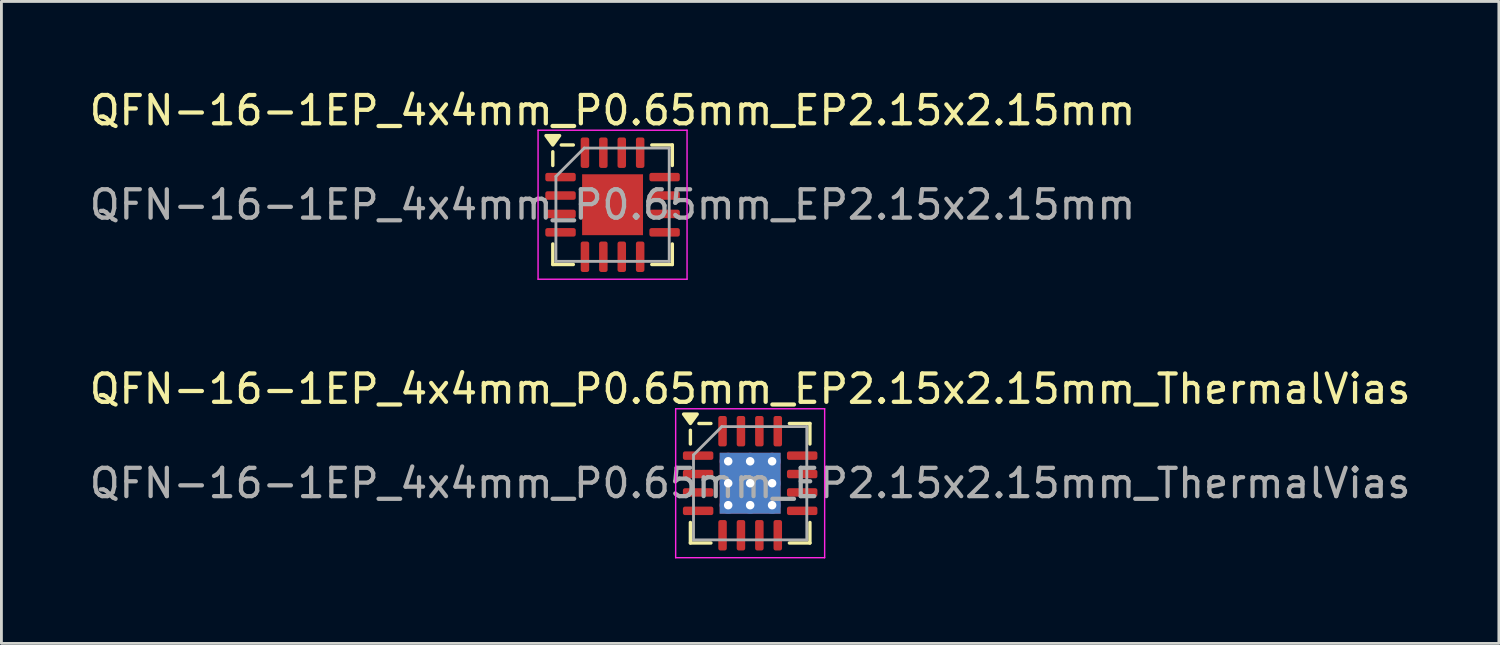
<source format=kicad_pcb>
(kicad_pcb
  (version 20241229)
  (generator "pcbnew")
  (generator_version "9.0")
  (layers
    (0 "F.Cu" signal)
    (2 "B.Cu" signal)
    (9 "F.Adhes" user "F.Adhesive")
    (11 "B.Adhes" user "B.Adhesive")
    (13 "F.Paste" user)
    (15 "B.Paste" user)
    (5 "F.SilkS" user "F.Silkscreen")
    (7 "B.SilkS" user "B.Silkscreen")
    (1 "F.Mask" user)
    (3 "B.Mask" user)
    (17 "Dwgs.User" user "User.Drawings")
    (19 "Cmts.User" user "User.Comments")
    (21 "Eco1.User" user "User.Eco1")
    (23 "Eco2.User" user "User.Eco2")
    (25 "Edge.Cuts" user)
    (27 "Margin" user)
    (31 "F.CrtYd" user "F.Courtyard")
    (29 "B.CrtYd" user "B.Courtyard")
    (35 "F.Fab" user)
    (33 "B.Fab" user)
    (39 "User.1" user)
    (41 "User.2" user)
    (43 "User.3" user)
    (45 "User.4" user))
  (footprint "QFN-16-1EP_4x4mm_P0.65mm_EP2.15x2.15mm"
    (layer "F.Cu")
    (at 18.577 4.178)
    (property "Reference" "QFN-16-1EP_4x4mm_P0.65mm_EP2.15x2.15mm" (at 0 -3.33 0) (layer "F.SilkS") (effects (font (size 1 1) (thickness 0.15))))
    (attr smd)
    (fp_line (start -2.11 -1.385) (end -2.11 -1.87) (stroke (width 0.12) (type solid)) (layer "F.SilkS"))
    (fp_line (start -2.11 2.11) (end -2.11 1.385) (stroke (width 0.12) (type solid)) (layer "F.SilkS"))
    (fp_line (start -1.385 -2.11) (end -1.81 -2.11) (stroke (width 0.12) (type solid)) (layer "F.SilkS"))
    (fp_line (start -1.385 2.11) (end -2.11 2.11) (stroke (width 0.12) (type solid)) (layer "F.SilkS"))
    (fp_line (start 1.385 -2.11) (end 2.11 -2.11) (stroke (width 0.12) (type solid)) (layer "F.SilkS"))
    (fp_line (start 1.385 2.11) (end 2.11 2.11) (stroke (width 0.12) (type solid)) (layer "F.SilkS"))
    (fp_line (start 2.11 -2.11) (end 2.11 -1.385) (stroke (width 0.12) (type solid)) (layer "F.SilkS"))
    (fp_line (start 2.11 2.11) (end 2.11 1.385) (stroke (width 0.12) (type solid)) (layer "F.SilkS"))
    (fp_poly (pts (xy -2.11 -2.11) (xy -2.35 -2.44) (xy -1.87 -2.44) (xy -2.11 -2.11)) (stroke (width 0.12) (type solid)) (fill yes) (layer "F.SilkS"))
    (fp_line (start -2.63 -2.63) (end -2.63 2.63) (stroke (width 0.05) (type solid)) (layer "F.CrtYd"))
    (fp_line (start -2.63 2.63) (end 2.63 2.63) (stroke (width 0.05) (type solid)) (layer "F.CrtYd"))
    (fp_line (start 2.63 -2.63) (end -2.63 -2.63) (stroke (width 0.05) (type solid)) (layer "F.CrtYd"))
    (fp_line (start 2.63 2.63) (end 2.63 -2.63) (stroke (width 0.05) (type solid)) (layer "F.CrtYd"))
    (fp_line (start -2 -1) (end -1 -2) (stroke (width 0.1) (type solid)) (layer "F.Fab"))
    (fp_line (start -2 2) (end -2 -1) (stroke (width 0.1) (type solid)) (layer "F.Fab"))
    (fp_line (start -1 -2) (end 2 -2) (stroke (width 0.1) (type solid)) (layer "F.Fab"))
    (fp_line (start 2 -2) (end 2 2) (stroke (width 0.1) (type solid)) (layer "F.Fab"))
    (fp_line (start 2 2) (end -2 2) (stroke (width 0.1) (type solid)) (layer "F.Fab"))
    (fp_text user "${REFERENCE}" (at 0 0 0) (layer "F.Fab") (effects (font (size 1 1) (thickness 0.15))))
    (pad "" smd roundrect (at -0.54 -0.54) (size 0.87 0.87) (layers "F.Paste") (roundrect_rratio 0.25))
    (pad "" smd roundrect (at -0.54 0.54) (size 0.87 0.87) (layers "F.Paste") (roundrect_rratio 0.25))
    (pad "" smd roundrect (at 0.54 -0.54) (size 0.87 0.87) (layers "F.Paste") (roundrect_rratio 0.25))
    (pad "" smd roundrect (at 0.54 0.54) (size 0.87 0.87) (layers "F.Paste") (roundrect_rratio 0.25))
    (pad "1" smd roundrect (at -1.837 -0.975) (size 1.075 0.3) (layers "F.Cu" "F.Mask" "F.Paste") (roundrect_rratio 0.25))
    (pad "2" smd roundrect (at -1.837 -0.325) (size 1.075 0.3) (layers "F.Cu" "F.Mask" "F.Paste") (roundrect_rratio 0.25))
    (pad "3" smd roundrect (at -1.837 0.325) (size 1.075 0.3) (layers "F.Cu" "F.Mask" "F.Paste") (roundrect_rratio 0.25))
    (pad "4" smd roundrect (at -1.837 0.975) (size 1.075 0.3) (layers "F.Cu" "F.Mask" "F.Paste") (roundrect_rratio 0.25))
    (pad "5" smd roundrect (at -0.975 1.837) (size 0.3 1.075) (layers "F.Cu" "F.Mask" "F.Paste") (roundrect_rratio 0.25))
    (pad "6" smd roundrect (at -0.325 1.837) (size 0.3 1.075) (layers "F.Cu" "F.Mask" "F.Paste") (roundrect_rratio 0.25))
    (pad "7" smd roundrect (at 0.325 1.837) (size 0.3 1.075) (layers "F.Cu" "F.Mask" "F.Paste") (roundrect_rratio 0.25))
    (pad "8" smd roundrect (at 0.975 1.837) (size 0.3 1.075) (layers "F.Cu" "F.Mask" "F.Paste") (roundrect_rratio 0.25))
    (pad "9" smd roundrect (at 1.837 0.975) (size 1.075 0.3) (layers "F.Cu" "F.Mask" "F.Paste") (roundrect_rratio 0.25))
    (pad "10" smd roundrect (at 1.837 0.325) (size 1.075 0.3) (layers "F.Cu" "F.Mask" "F.Paste") (roundrect_rratio 0.25))
    (pad "11" smd roundrect (at 1.837 -0.325) (size 1.075 0.3) (layers "F.Cu" "F.Mask" "F.Paste") (roundrect_rratio 0.25))
    (pad "12" smd roundrect (at 1.837 -0.975) (size 1.075 0.3) (layers "F.Cu" "F.Mask" "F.Paste") (roundrect_rratio 0.25))
    (pad "13" smd roundrect (at 0.975 -1.837) (size 0.3 1.075) (layers "F.Cu" "F.Mask" "F.Paste") (roundrect_rratio 0.25))
    (pad "14" smd roundrect (at 0.325 -1.837) (size 0.3 1.075) (layers "F.Cu" "F.Mask" "F.Paste") (roundrect_rratio 0.25))
    (pad "15" smd roundrect (at -0.325 -1.837) (size 0.3 1.075) (layers "F.Cu" "F.Mask" "F.Paste") (roundrect_rratio 0.25))
    (pad "16" smd roundrect (at -0.975 -1.837) (size 0.3 1.075) (layers "F.Cu" "F.Mask" "F.Paste") (roundrect_rratio 0.25))
    (pad "17" smd rect (at 0 0) (size 2.15 2.15) (property pad_prop_heatsink) (layers "F.Cu" "F.Mask")))
  (footprint "QFN-16-1EP_4x4mm_P0.65mm_EP2.15x2.15mm_ThermalVias"
    (layer "F.Cu")
    (at 23.435 14.011)
    (property "Reference" "QFN-16-1EP_4x4mm_P0.65mm_EP2.15x2.15mm_ThermalVias" (at 0 -3.33 0) (layer "F.SilkS") (effects (font (size 1 1) (thickness 0.15))))
    (attr smd)
    (fp_line (start -2.11 -1.385) (end -2.11 -1.87) (stroke (width 0.12) (type solid)) (layer "F.SilkS"))
    (fp_line (start -2.11 2.11) (end -2.11 1.385) (stroke (width 0.12) (type solid)) (layer "F.SilkS"))
    (fp_line (start -1.385 -2.11) (end -1.81 -2.11) (stroke (width 0.12) (type solid)) (layer "F.SilkS"))
    (fp_line (start -1.385 2.11) (end -2.11 2.11) (stroke (width 0.12) (type solid)) (layer "F.SilkS"))
    (fp_line (start 1.385 -2.11) (end 2.11 -2.11) (stroke (width 0.12) (type solid)) (layer "F.SilkS"))
    (fp_line (start 1.385 2.11) (end 2.11 2.11) (stroke (width 0.12) (type solid)) (layer "F.SilkS"))
    (fp_line (start 2.11 -2.11) (end 2.11 -1.385) (stroke (width 0.12) (type solid)) (layer "F.SilkS"))
    (fp_line (start 2.11 2.11) (end 2.11 1.385) (stroke (width 0.12) (type solid)) (layer "F.SilkS"))
    (fp_poly (pts (xy -2.11 -2.11) (xy -2.35 -2.44) (xy -1.87 -2.44) (xy -2.11 -2.11)) (stroke (width 0.12) (type solid)) (fill yes) (layer "F.SilkS"))
    (fp_line (start -2.63 -2.63) (end -2.63 2.63) (stroke (width 0.05) (type solid)) (layer "F.CrtYd"))
    (fp_line (start -2.63 2.63) (end 2.63 2.63) (stroke (width 0.05) (type solid)) (layer "F.CrtYd"))
    (fp_line (start 2.63 -2.63) (end -2.63 -2.63) (stroke (width 0.05) (type solid)) (layer "F.CrtYd"))
    (fp_line (start 2.63 2.63) (end 2.63 -2.63) (stroke (width 0.05) (type solid)) (layer "F.CrtYd"))
    (fp_line (start -2 -1) (end -1 -2) (stroke (width 0.1) (type solid)) (layer "F.Fab"))
    (fp_line (start -2 2) (end -2 -1) (stroke (width 0.1) (type solid)) (layer "F.Fab"))
    (fp_line (start -1 -2) (end 2 -2) (stroke (width 0.1) (type solid)) (layer "F.Fab"))
    (fp_line (start 2 -2) (end 2 2) (stroke (width 0.1) (type solid)) (layer "F.Fab"))
    (fp_line (start 2 2) (end -2 2) (stroke (width 0.1) (type solid)) (layer "F.Fab"))
    (fp_text user "${REFERENCE}" (at 0 0 0) (layer "F.Fab") (effects (font (size 1 1) (thickness 0.15))))
    (pad "" smd roundrect (at -0.54 -0.54) (size 0.93 0.93) (layers "F.Paste") (roundrect_rratio 0.25))
    (pad "" smd roundrect (at -0.54 0.54) (size 0.93 0.93) (layers "F.Paste") (roundrect_rratio 0.25))
    (pad "" smd roundrect (at 0.54 -0.54) (size 0.93 0.93) (layers "F.Paste") (roundrect_rratio 0.25))
    (pad "" smd roundrect (at 0.54 0.54) (size 0.93 0.93) (layers "F.Paste") (roundrect_rratio 0.25))
    (pad "1" smd roundrect (at -1.837 -0.975) (size 1.075 0.3) (layers "F.Cu" "F.Mask" "F.Paste") (roundrect_rratio 0.25))
    (pad "2" smd roundrect (at -1.837 -0.325) (size 1.075 0.3) (layers "F.Cu" "F.Mask" "F.Paste") (roundrect_rratio 0.25))
    (pad "3" smd roundrect (at -1.837 0.325) (size 1.075 0.3) (layers "F.Cu" "F.Mask" "F.Paste") (roundrect_rratio 0.25))
    (pad "4" smd roundrect (at -1.837 0.975) (size 1.075 0.3) (layers "F.Cu" "F.Mask" "F.Paste") (roundrect_rratio 0.25))
    (pad "5" smd roundrect (at -0.975 1.837) (size 0.3 1.075) (layers "F.Cu" "F.Mask" "F.Paste") (roundrect_rratio 0.25))
    (pad "6" smd roundrect (at -0.325 1.837) (size 0.3 1.075) (layers "F.Cu" "F.Mask" "F.Paste") (roundrect_rratio 0.25))
    (pad "7" smd roundrect (at 0.325 1.837) (size 0.3 1.075) (layers "F.Cu" "F.Mask" "F.Paste") (roundrect_rratio 0.25))
    (pad "8" smd roundrect (at 0.975 1.837) (size 0.3 1.075) (layers "F.Cu" "F.Mask" "F.Paste") (roundrect_rratio 0.25))
    (pad "9" smd roundrect (at 1.837 0.975) (size 1.075 0.3) (layers "F.Cu" "F.Mask" "F.Paste") (roundrect_rratio 0.25))
    (pad "10" smd roundrect (at 1.837 0.325) (size 1.075 0.3) (layers "F.Cu" "F.Mask" "F.Paste") (roundrect_rratio 0.25))
    (pad "11" smd roundrect (at 1.837 -0.325) (size 1.075 0.3) (layers "F.Cu" "F.Mask" "F.Paste") (roundrect_rratio 0.25))
    (pad "12" smd roundrect (at 1.837 -0.975) (size 1.075 0.3) (layers "F.Cu" "F.Mask" "F.Paste") (roundrect_rratio 0.25))
    (pad "13" smd roundrect (at 0.975 -1.837) (size 0.3 1.075) (layers "F.Cu" "F.Mask" "F.Paste") (roundrect_rratio 0.25))
    (pad "14" smd roundrect (at 0.325 -1.837) (size 0.3 1.075) (layers "F.Cu" "F.Mask" "F.Paste") (roundrect_rratio 0.25))
    (pad "15" smd roundrect (at -0.325 -1.837) (size 0.3 1.075) (layers "F.Cu" "F.Mask" "F.Paste") (roundrect_rratio 0.25))
    (pad "16" smd roundrect (at -0.975 -1.837) (size 0.3 1.075) (layers "F.Cu" "F.Mask" "F.Paste") (roundrect_rratio 0.25))
    (pad "17" thru_hole circle (at -0.775 -0.775) (size 0.6 0.6) (drill 0.3) (property pad_prop_heatsink) (layers "*.Cu"))
    (pad "17" thru_hole circle (at -0.775 0) (size 0.6 0.6) (drill 0.3) (property pad_prop_heatsink) (layers "*.Cu"))
    (pad "17" thru_hole circle (at -0.775 0.775) (size 0.6 0.6) (drill 0.3) (property pad_prop_heatsink) (layers "*.Cu"))
    (pad "17" thru_hole circle (at 0 -0.775) (size 0.6 0.6) (drill 0.3) (property pad_prop_heatsink) (layers "*.Cu"))
    (pad "17" thru_hole circle (at 0 0) (size 0.6 0.6) (drill 0.3) (property pad_prop_heatsink) (layers "*.Cu"))
    (pad "17" smd rect (at 0 0) (size 2.15 2.15) (property pad_prop_heatsink) (layers "F.Cu" "F.Mask"))
    (pad "17" smd rect (at 0 0) (size 2.15 2.15) (property pad_prop_heatsink) (layers "B.Cu"))
    (pad "17" thru_hole circle (at 0 0.775) (size 0.6 0.6) (drill 0.3) (property pad_prop_heatsink) (layers "*.Cu"))
    (pad "17" thru_hole circle (at 0.775 -0.775) (size 0.6 0.6) (drill 0.3) (property pad_prop_heatsink) (layers "*.Cu"))
    (pad "17" thru_hole circle (at 0.775 0) (size 0.6 0.6) (drill 0.3) (property pad_prop_heatsink) (layers "*.Cu"))
    (pad "17" thru_hole circle (at 0.775 0.775) (size 0.6 0.6) (drill 0.3) (property pad_prop_heatsink) (layers "*.Cu")))
  (gr_rect
    (start -3 -3)
    (end 49.869 19.666)
    (stroke (width 0.1) (type default))
    (fill no)
    (layer "Edge.Cuts")))
</source>
